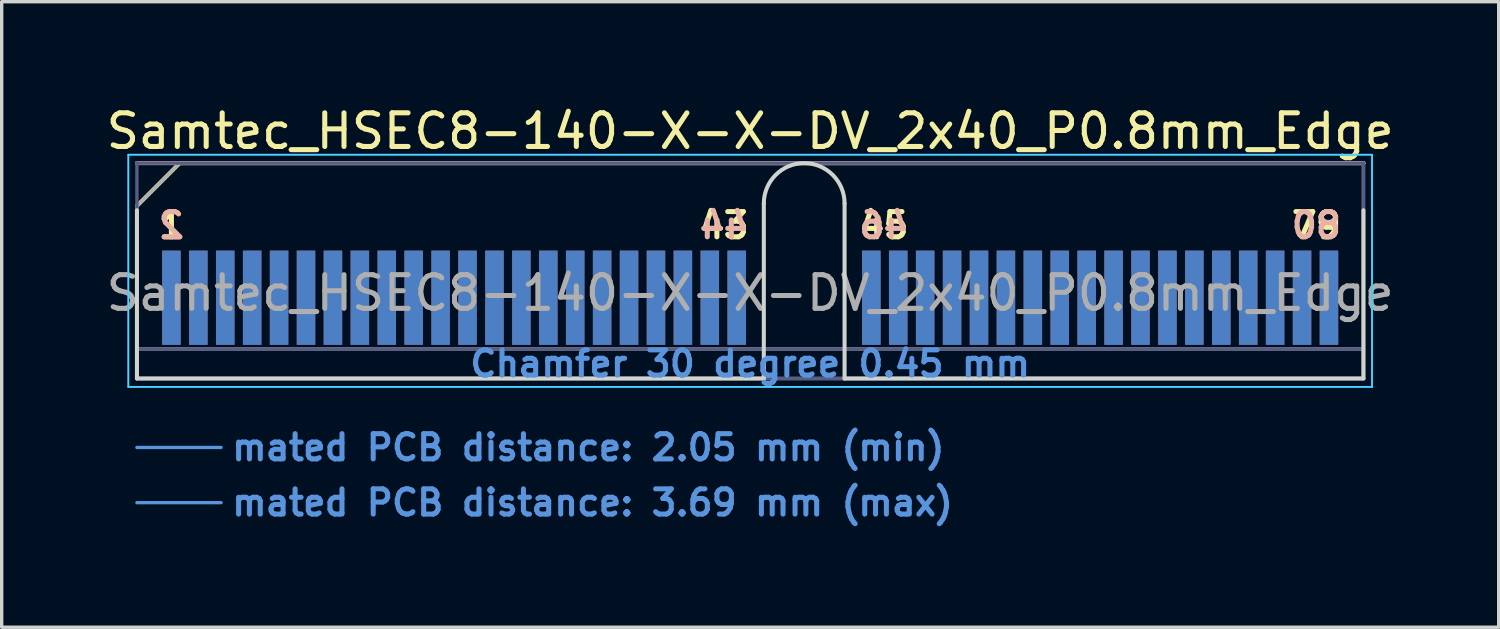
<source format=kicad_pcb>
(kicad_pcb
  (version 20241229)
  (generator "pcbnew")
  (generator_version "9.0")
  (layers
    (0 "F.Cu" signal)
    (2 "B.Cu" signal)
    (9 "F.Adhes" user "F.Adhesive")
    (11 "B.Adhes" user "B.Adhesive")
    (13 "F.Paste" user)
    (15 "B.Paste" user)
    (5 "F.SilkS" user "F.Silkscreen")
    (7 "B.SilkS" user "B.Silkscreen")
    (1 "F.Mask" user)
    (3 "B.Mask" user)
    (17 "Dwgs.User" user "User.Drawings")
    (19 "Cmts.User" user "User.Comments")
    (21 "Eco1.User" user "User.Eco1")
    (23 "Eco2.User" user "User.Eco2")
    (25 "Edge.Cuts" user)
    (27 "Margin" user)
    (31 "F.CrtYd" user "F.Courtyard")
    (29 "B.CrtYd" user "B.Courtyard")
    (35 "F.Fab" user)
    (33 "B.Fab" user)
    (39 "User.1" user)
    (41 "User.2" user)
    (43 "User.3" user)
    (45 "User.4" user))
  (footprint "Samtec_HSEC8-140-X-X-DV_2x40_P0.8mm_Edge"
    (layer "F.Cu")
    (at 19.244 8.198)
    (property "Reference" "Samtec_HSEC8-140-X-X-DV_2x40_P0.8mm_Edge" (at 0 -7.35 0) (layer "F.SilkS") (effects (font (size 1 1) (thickness 0.15))))
    (attr exclude_from_pos_files exclude_from_bom)
    (fp_line (start -18.225 -5.13) (end -16.955 -6.4) (stroke (width 0.12) (type solid)) (layer "F.SilkS"))
    (fp_line (start -16.955 -6.4) (end 18.225 -6.4) (stroke (width 0.12) (type solid)) (layer "F.SilkS"))
    (fp_line (start -18.225 -6.4) (end -18.225 -6.4) (stroke (width 0.12) (type solid)) (layer "B.SilkS"))
    (fp_line (start -18.225 -6.4) (end 18.225 -6.4) (stroke (width 0.12) (type solid)) (layer "B.SilkS"))
    (fp_line (start -18.225 2.05) (end -15.725 2.05) (stroke (width 0.1) (type solid)) (layer "Cmts.User"))
    (fp_line (start -18.225 3.69) (end -15.725 3.69) (stroke (width 0.1) (type solid)) (layer "Cmts.User"))
    (fp_line (start -18.225 -5) (end -18.225 0) (stroke (width 0.12) (type solid)) (layer "Edge.Cuts"))
    (fp_line (start -18.225 0) (end 0.405 0) (stroke (width 0.12) (type solid)) (layer "Edge.Cuts"))
    (fp_line (start 0.405 0) (end 0.405 -5.2) (stroke (width 0.12) (type solid)) (layer "Edge.Cuts"))
    (fp_line (start 2.805 -5.2) (end 2.805 0) (stroke (width 0.12) (type solid)) (layer "Edge.Cuts"))
    (fp_line (start 2.805 0) (end 18.225 0) (stroke (width 0.12) (type solid)) (layer "Edge.Cuts"))
    (fp_line (start 18.225 0) (end 18.225 -5) (stroke (width 0.12) (type solid)) (layer "Edge.Cuts"))
    (fp_arc (start 0.405 -5.2) (mid 1.605 -6.4) (end 2.805 -5.2) (stroke (width 0.12) (type solid)) (layer "Edge.Cuts"))
    (fp_line (start -18.48 -6.65) (end -18.48 0.25) (stroke (width 0.05) (type solid)) (layer "B.CrtYd"))
    (fp_line (start -18.48 0.25) (end 18.48 0.25) (stroke (width 0.05) (type solid)) (layer "B.CrtYd"))
    (fp_line (start 18.48 -6.65) (end -18.48 -6.65) (stroke (width 0.05) (type solid)) (layer "B.CrtYd"))
    (fp_line (start 18.48 0.25) (end 18.48 -6.65) (stroke (width 0.05) (type solid)) (layer "B.CrtYd"))
    (fp_line (start -18.48 -6.65) (end -18.48 0.25) (stroke (width 0.05) (type solid)) (layer "F.CrtYd"))
    (fp_line (start -18.48 0.25) (end 18.48 0.25) (stroke (width 0.05) (type solid)) (layer "F.CrtYd"))
    (fp_line (start 18.48 -6.65) (end -18.48 -6.65) (stroke (width 0.05) (type solid)) (layer "F.CrtYd"))
    (fp_line (start 18.48 0.25) (end 18.48 -6.65) (stroke (width 0.05) (type solid)) (layer "F.CrtYd"))
    (fp_line (start -18.225 -6.4) (end -18.225 -6.4) (stroke (width 0.1) (type solid)) (layer "B.Fab"))
    (fp_line (start -18.225 -6.4) (end -18.225 0) (stroke (width 0.1) (type solid)) (layer "B.Fab"))
    (fp_line (start -18.225 -6.4) (end 18.225 -6.4) (stroke (width 0.1) (type solid)) (layer "B.Fab"))
    (fp_line (start -18.225 -0.88) (end 18.225 -0.88) (stroke (width 0.1) (type solid)) (layer "B.Fab"))
    (fp_line (start -18.225 0) (end 18.225 0) (stroke (width 0.1) (type solid)) (layer "B.Fab"))
    (fp_line (start 18.225 -6.4) (end 18.225 0) (stroke (width 0.1) (type solid)) (layer "B.Fab"))
    (fp_line (start -18.225 -5.13) (end -18.225 0) (stroke (width 0.1) (type solid)) (layer "F.Fab"))
    (fp_line (start -18.225 -5.13) (end -16.955 -6.4) (stroke (width 0.1) (type solid)) (layer "F.Fab"))
    (fp_line (start -18.225 -0.88) (end 18.225 -0.88) (stroke (width 0.1) (type solid)) (layer "F.Fab"))
    (fp_line (start -18.225 0) (end 18.225 0) (stroke (width 0.1) (type solid)) (layer "F.Fab"))
    (fp_line (start -16.955 -6.4) (end 18.225 -6.4) (stroke (width 0.1) (type solid)) (layer "F.Fab"))
    (fp_line (start 18.225 -6.4) (end 18.225 0) (stroke (width 0.1) (type solid)) (layer "F.Fab"))
    (fp_text user "1" (at -17.2 -4.55 0) (layer "F.SilkS") (effects (font (size 0.75 0.75) (thickness 0.15))))
    (fp_text user "45" (at 3.975 -4.55 0) (layer "F.SilkS") (effects (font (size 0.75 0.75) (thickness 0.15))))
    (fp_text user "43" (at -0.775 -4.55 0) (layer "F.SilkS") (effects (font (size 0.75 0.75) (thickness 0.15))))
    (fp_text user "79" (at 16.825 -4.55 0) (layer "F.SilkS") (effects (font (size 0.75 0.75) (thickness 0.15))))
    (fp_text user "2" (at -17.2 -4.55 0) (layer "B.SilkS") (effects (font (size 0.75 0.75) (thickness 0.15)) (justify mirror)))
    (fp_text user "80" (at 16.825 -4.55 0) (layer "B.SilkS") (effects (font (size 0.75 0.75) (thickness 0.15)) (justify mirror)))
    (fp_text user "46" (at 3.975 -4.55 0) (layer "B.SilkS") (effects (font (size 0.75 0.75) (thickness 0.15)) (justify mirror)))
    (fp_text user "44" (at -0.775 -4.55 0) (layer "B.SilkS") (effects (font (size 0.75 0.75) (thickness 0.15)) (justify mirror)))
    (fp_text user "Chamfer 30 degree 0.45 mm" (at 0 -0.44 0) (layer "Cmts.User") (effects (font (size 0.75 0.75) (thickness 0.15))))
    (fp_text user "mated PCB distance: 3.69 mm (max)" (at -15.48 3.69 0) (layer "Cmts.User") (effects (font (size 0.75 0.75) (thickness 0.15)) (justify left)))
    (fp_text user "mated PCB distance: 2.05 mm (min)" (at -15.48 2.05 0) (layer "Cmts.User") (effects (font (size 0.75 0.75) (thickness 0.15)) (justify left)))
    (fp_text user "${REFERENCE}" (at 0 -2.54 0) (layer "F.Fab") (effects (font (size 1 1) (thickness 0.15))))
    (pad "1" connect rect (at -17.2 -2.4) (size 0.55 2.8) (layers "F.Cu" "F.Mask"))
    (pad "2" connect rect (at -17.2 -2.4) (size 0.55 2.8) (layers "B.Cu" "B.Mask"))
    (pad "3" connect rect (at -16.4 -2.4) (size 0.55 2.8) (layers "F.Cu" "F.Mask"))
    (pad "4" connect rect (at -16.4 -2.4) (size 0.55 2.8) (layers "B.Cu" "B.Mask"))
    (pad "5" connect rect (at -15.6 -2.4) (size 0.55 2.8) (layers "F.Cu" "F.Mask"))
    (pad "6" connect rect (at -15.6 -2.4) (size 0.55 2.8) (layers "B.Cu" "B.Mask"))
    (pad "7" connect rect (at -14.8 -2.4) (size 0.55 2.8) (layers "F.Cu" "F.Mask"))
    (pad "8" connect rect (at -14.8 -2.4) (size 0.55 2.8) (layers "B.Cu" "B.Mask"))
    (pad "9" connect rect (at -14 -2.4) (size 0.55 2.8) (layers "F.Cu" "F.Mask"))
    (pad "10" connect rect (at -14 -2.4) (size 0.55 2.8) (layers "B.Cu" "B.Mask"))
    (pad "11" connect rect (at -13.2 -2.4) (size 0.55 2.8) (layers "F.Cu" "F.Mask"))
    (pad "12" connect rect (at -13.2 -2.4) (size 0.55 2.8) (layers "B.Cu" "B.Mask"))
    (pad "13" connect rect (at -12.4 -2.4) (size 0.55 2.8) (layers "F.Cu" "F.Mask"))
    (pad "14" connect rect (at -12.4 -2.4) (size 0.55 2.8) (layers "B.Cu" "B.Mask"))
    (pad "15" connect rect (at -11.6 -2.4) (size 0.55 2.8) (layers "F.Cu" "F.Mask"))
    (pad "16" connect rect (at -11.6 -2.4) (size 0.55 2.8) (layers "B.Cu" "B.Mask"))
    (pad "17" connect rect (at -10.8 -2.4) (size 0.55 2.8) (layers "F.Cu" "F.Mask"))
    (pad "18" connect rect (at -10.8 -2.4) (size 0.55 2.8) (layers "B.Cu" "B.Mask"))
    (pad "19" connect rect (at -10 -2.4) (size 0.55 2.8) (layers "F.Cu" "F.Mask"))
    (pad "20" connect rect (at -10 -2.4) (size 0.55 2.8) (layers "B.Cu" "B.Mask"))
    (pad "21" connect rect (at -9.2 -2.4) (size 0.55 2.8) (layers "F.Cu" "F.Mask"))
    (pad "22" connect rect (at -9.2 -2.4) (size 0.55 2.8) (layers "B.Cu" "B.Mask"))
    (pad "23" connect rect (at -8.4 -2.4) (size 0.55 2.8) (layers "F.Cu" "F.Mask"))
    (pad "24" connect rect (at -8.4 -2.4) (size 0.55 2.8) (layers "B.Cu" "B.Mask"))
    (pad "25" connect rect (at -7.6 -2.4) (size 0.55 2.8) (layers "F.Cu" "F.Mask"))
    (pad "26" connect rect (at -7.6 -2.4) (size 0.55 2.8) (layers "B.Cu" "B.Mask"))
    (pad "27" connect rect (at -6.8 -2.4) (size 0.55 2.8) (layers "F.Cu" "F.Mask"))
    (pad "28" connect rect (at -6.8 -2.4) (size 0.55 2.8) (layers "B.Cu" "B.Mask"))
    (pad "29" connect rect (at -6 -2.4) (size 0.55 2.8) (layers "F.Cu" "F.Mask"))
    (pad "30" connect rect (at -6 -2.4) (size 0.55 2.8) (layers "B.Cu" "B.Mask"))
    (pad "31" connect rect (at -5.2 -2.4) (size 0.55 2.8) (layers "F.Cu" "F.Mask"))
    (pad "32" connect rect (at -5.2 -2.4) (size 0.55 2.8) (layers "B.Cu" "B.Mask"))
    (pad "33" connect rect (at -4.4 -2.4) (size 0.55 2.8) (layers "F.Cu" "F.Mask"))
    (pad "34" connect rect (at -4.4 -2.4) (size 0.55 2.8) (layers "B.Cu" "B.Mask"))
    (pad "35" connect rect (at -3.6 -2.4) (size 0.55 2.8) (layers "F.Cu" "F.Mask"))
    (pad "36" connect rect (at -3.6 -2.4) (size 0.55 2.8) (layers "B.Cu" "B.Mask"))
    (pad "37" connect rect (at -2.8 -2.4) (size 0.55 2.8) (layers "F.Cu" "F.Mask"))
    (pad "38" connect rect (at -2.8 -2.4) (size 0.55 2.8) (layers "B.Cu" "B.Mask"))
    (pad "39" connect rect (at -2 -2.4) (size 0.55 2.8) (layers "F.Cu" "F.Mask"))
    (pad "40" connect rect (at -2 -2.4) (size 0.55 2.8) (layers "B.Cu" "B.Mask"))
    (pad "41" connect rect (at -1.2 -2.4) (size 0.55 2.8) (layers "F.Cu" "F.Mask"))
    (pad "42" connect rect (at -1.2 -2.4) (size 0.55 2.8) (layers "B.Cu" "B.Mask"))
    (pad "43" connect rect (at -0.4 -2.4) (size 0.55 2.8) (layers "F.Cu" "F.Mask"))
    (pad "44" connect rect (at -0.4 -2.4) (size 0.55 2.8) (layers "B.Cu" "B.Mask"))
    (pad "45" connect rect (at 3.6 -2.4) (size 0.55 2.8) (layers "F.Cu" "F.Mask"))
    (pad "46" connect rect (at 3.6 -2.4) (size 0.55 2.8) (layers "B.Cu" "B.Mask"))
    (pad "47" connect rect (at 4.4 -2.4) (size 0.55 2.8) (layers "F.Cu" "F.Mask"))
    (pad "48" connect rect (at 4.4 -2.4) (size 0.55 2.8) (layers "B.Cu" "B.Mask"))
    (pad "49" connect rect (at 5.2 -2.4) (size 0.55 2.8) (layers "F.Cu" "F.Mask"))
    (pad "50" connect rect (at 5.2 -2.4) (size 0.55 2.8) (layers "B.Cu" "B.Mask"))
    (pad "51" connect rect (at 6 -2.4) (size 0.55 2.8) (layers "F.Cu" "F.Mask"))
    (pad "52" connect rect (at 6 -2.4) (size 0.55 2.8) (layers "B.Cu" "B.Mask"))
    (pad "53" connect rect (at 6.8 -2.4) (size 0.55 2.8) (layers "F.Cu" "F.Mask"))
    (pad "54" connect rect (at 6.8 -2.4) (size 0.55 2.8) (layers "B.Cu" "B.Mask"))
    (pad "55" connect rect (at 7.6 -2.4) (size 0.55 2.8) (layers "F.Cu" "F.Mask"))
    (pad "56" connect rect (at 7.6 -2.4) (size 0.55 2.8) (layers "B.Cu" "B.Mask"))
    (pad "57" connect rect (at 8.4 -2.4) (size 0.55 2.8) (layers "F.Cu" "F.Mask"))
    (pad "58" connect rect (at 8.4 -2.4) (size 0.55 2.8) (layers "B.Cu" "B.Mask"))
    (pad "59" connect rect (at 9.2 -2.4) (size 0.55 2.8) (layers "F.Cu" "F.Mask"))
    (pad "60" connect rect (at 9.2 -2.4) (size 0.55 2.8) (layers "B.Cu" "B.Mask"))
    (pad "61" connect rect (at 10 -2.4) (size 0.55 2.8) (layers "F.Cu" "F.Mask"))
    (pad "62" connect rect (at 10 -2.4) (size 0.55 2.8) (layers "B.Cu" "B.Mask"))
    (pad "63" connect rect (at 10.8 -2.4) (size 0.55 2.8) (layers "F.Cu" "F.Mask"))
    (pad "64" connect rect (at 10.8 -2.4) (size 0.55 2.8) (layers "B.Cu" "B.Mask"))
    (pad "65" connect rect (at 11.6 -2.4) (size 0.55 2.8) (layers "F.Cu" "F.Mask"))
    (pad "66" connect rect (at 11.6 -2.4) (size 0.55 2.8) (layers "B.Cu" "B.Mask"))
    (pad "67" connect rect (at 12.4 -2.4) (size 0.55 2.8) (layers "F.Cu" "F.Mask"))
    (pad "68" connect rect (at 12.4 -2.4) (size 0.55 2.8) (layers "B.Cu" "B.Mask"))
    (pad "69" connect rect (at 13.2 -2.4) (size 0.55 2.8) (layers "F.Cu" "F.Mask"))
    (pad "70" connect rect (at 13.2 -2.4) (size 0.55 2.8) (layers "B.Cu" "B.Mask"))
    (pad "71" connect rect (at 14 -2.4) (size 0.55 2.8) (layers "F.Cu" "F.Mask"))
    (pad "72" connect rect (at 14 -2.4) (size 0.55 2.8) (layers "B.Cu" "B.Mask"))
    (pad "73" connect rect (at 14.8 -2.4) (size 0.55 2.8) (layers "F.Cu" "F.Mask"))
    (pad "74" connect rect (at 14.8 -2.4) (size 0.55 2.8) (layers "B.Cu" "B.Mask"))
    (pad "75" connect rect (at 15.6 -2.4) (size 0.55 2.8) (layers "F.Cu" "F.Mask"))
    (pad "76" connect rect (at 15.6 -2.4) (size 0.55 2.8) (layers "B.Cu" "B.Mask"))
    (pad "77" connect rect (at 16.4 -2.4) (size 0.55 2.8) (layers "F.Cu" "F.Mask"))
    (pad "78" connect rect (at 16.4 -2.4) (size 0.55 2.8) (layers "B.Cu" "B.Mask"))
    (pad "79" connect rect (at 17.2 -2.4) (size 0.55 2.8) (layers "F.Cu" "F.Mask"))
    (pad "80" connect rect (at 17.2 -2.4) (size 0.55 2.8) (layers "B.Cu" "B.Mask")))
  (gr_rect
    (start -3 -3)
    (end 41.488 15.59)
    (stroke (width 0.1) (type default))
    (fill no)
    (layer "Edge.Cuts")))
</source>
